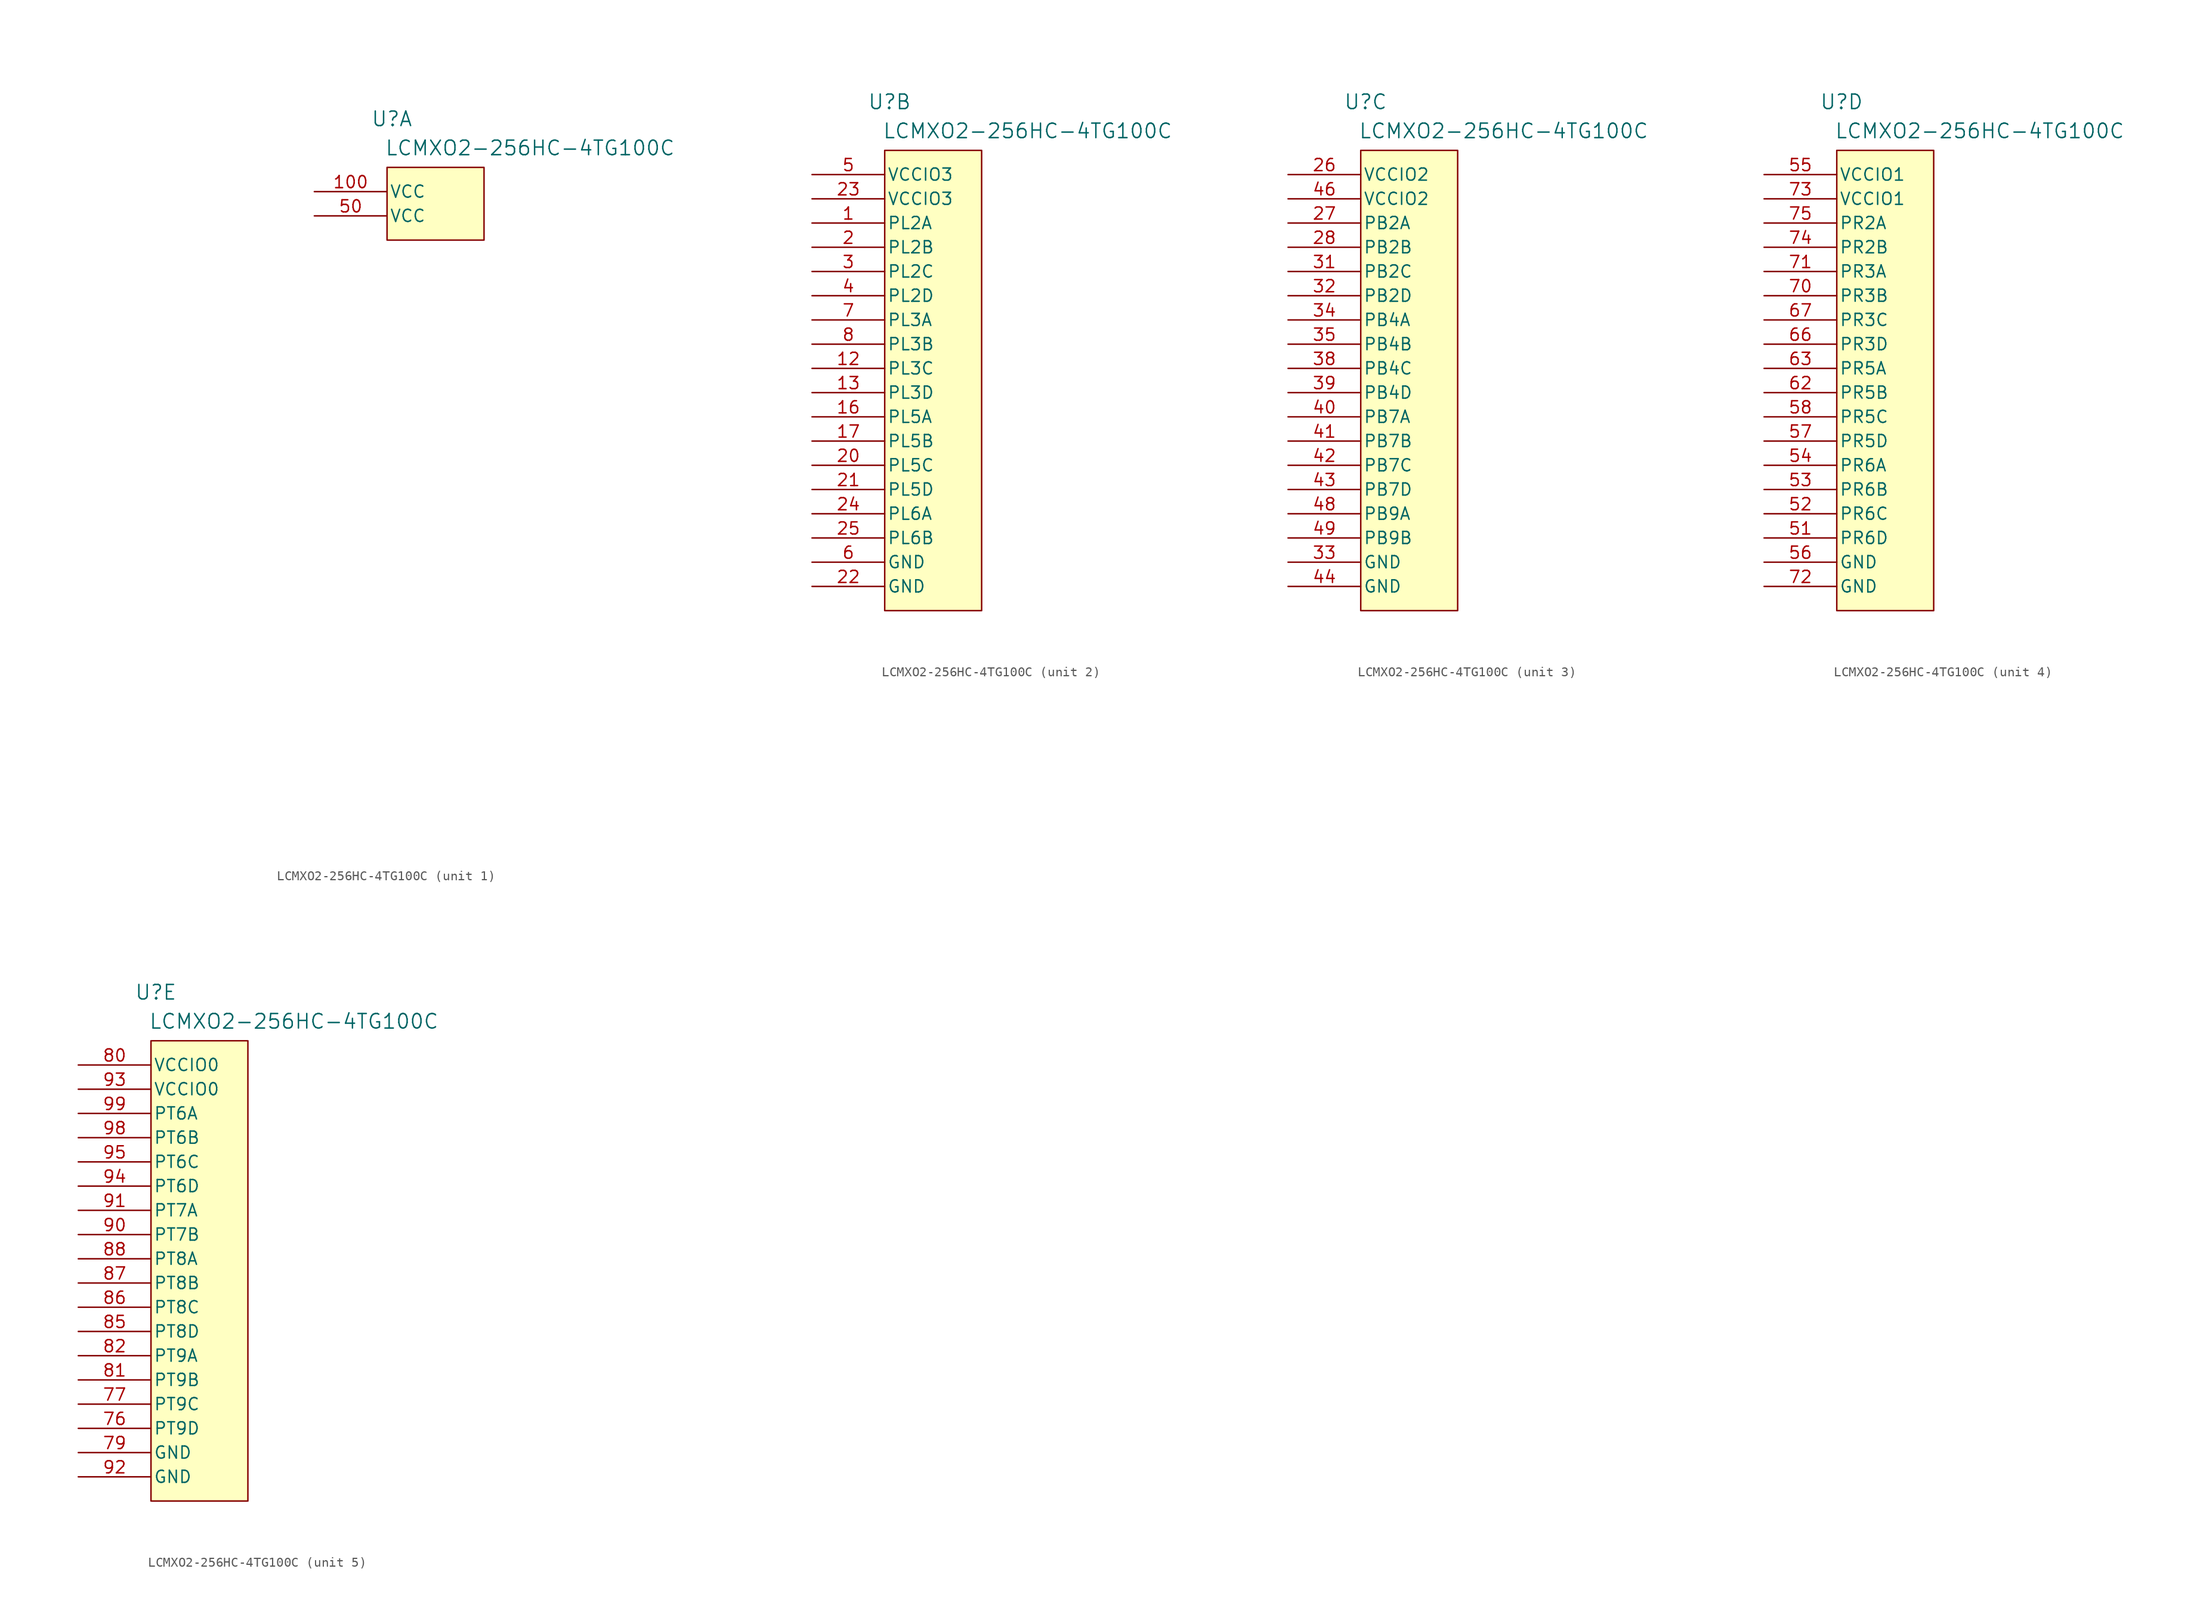
<source format=kicad_sym>
(kicad_symbol_lib
  (version 20231120)
  (generator "kicad_symbol_editor")
  (generator_version "8.0")
  (symbol "LCMXO2-256HC-4TG100C"
    (pin_names
      (offset 0.254))
    (property "Reference" "U"
      (at 8.128 7.62 0)
      (effects (font (size 1.524 1.524))))
    (property "Value" "LCMXO2-256HC-4TG100C"
      (at 22.606 4.572 0)
      (effects (font (size 1.524 1.524))))
    (symbol "LCMXO2-256HC-4TG100C_1_1"
      (rectangle (start 7.62 2.54) (end 17.78 -5.08) (stroke (width 0) (type default)) (fill (type background)))
      (pin no_connect line (at -22.86 -2.54 0) (length 7.62) hide (name "NC" (effects (font (size 1.27 1.27)))) (number "10" (effects (font (size 1.27 1.27)))))
      (pin power_in line (at 0 0 0) (length 7.62) (name "VCC" (effects (font (size 1.27 1.27)))) (number "100" (effects (font (size 1.27 1.27)))))
      (pin no_connect line (at -22.86 -5.08 0) (length 7.62) hide (name "NC" (effects (font (size 1.27 1.27)))) (number "11" (effects (font (size 1.27 1.27)))))
      (pin no_connect line (at -22.86 -7.62 0) (length 7.62) hide (name "NC" (effects (font (size 1.27 1.27)))) (number "14" (effects (font (size 1.27 1.27)))))
      (pin no_connect line (at -22.86 -10.16 0) (length 7.62) hide (name "NC" (effects (font (size 1.27 1.27)))) (number "15" (effects (font (size 1.27 1.27)))))
      (pin no_connect line (at -22.86 -12.7 0) (length 7.62) hide (name "NC" (effects (font (size 1.27 1.27)))) (number "18" (effects (font (size 1.27 1.27)))))
      (pin no_connect line (at -22.86 -15.24 0) (length 7.62) hide (name "NC" (effects (font (size 1.27 1.27)))) (number "19" (effects (font (size 1.27 1.27)))))
      (pin no_connect line (at -22.86 -17.78 0) (length 7.62) hide (name "NC" (effects (font (size 1.27 1.27)))) (number "29" (effects (font (size 1.27 1.27)))))
      (pin no_connect line (at -22.86 -20.32 0) (length 7.62) hide (name "NC" (effects (font (size 1.27 1.27)))) (number "30" (effects (font (size 1.27 1.27)))))
      (pin no_connect line (at -22.86 -22.86 0) (length 7.62) hide (name "NC" (effects (font (size 1.27 1.27)))) (number "36" (effects (font (size 1.27 1.27)))))
      (pin no_connect line (at -22.86 -25.4 0) (length 7.62) hide (name "NC" (effects (font (size 1.27 1.27)))) (number "37" (effects (font (size 1.27 1.27)))))
      (pin no_connect line (at -22.86 -27.94 0) (length 7.62) hide (name "NC" (effects (font (size 1.27 1.27)))) (number "45" (effects (font (size 1.27 1.27)))))
      (pin no_connect line (at -22.86 -30.48 0) (length 7.62) hide (name "NC" (effects (font (size 1.27 1.27)))) (number "47" (effects (font (size 1.27 1.27)))))
      (pin power_in line (at 0 -2.54 0) (length 7.62) (name "VCC" (effects (font (size 1.27 1.27)))) (number "50" (effects (font (size 1.27 1.27)))))
      (pin no_connect line (at -22.86 -33.02 0) (length 7.62) hide (name "NC" (effects (font (size 1.27 1.27)))) (number "59" (effects (font (size 1.27 1.27)))))
      (pin no_connect line (at -22.86 -35.56 0) (length 7.62) hide (name "NC" (effects (font (size 1.27 1.27)))) (number "60" (effects (font (size 1.27 1.27)))))
      (pin no_connect line (at -22.86 -38.1 0) (length 7.62) hide (name "NC" (effects (font (size 1.27 1.27)))) (number "61" (effects (font (size 1.27 1.27)))))
      (pin no_connect line (at -22.86 -40.64 0) (length 7.62) hide (name "NC" (effects (font (size 1.27 1.27)))) (number "64" (effects (font (size 1.27 1.27)))))
      (pin no_connect line (at -22.86 -43.18 0) (length 7.62) hide (name "NC" (effects (font (size 1.27 1.27)))) (number "65" (effects (font (size 1.27 1.27)))))
      (pin no_connect line (at -22.86 -45.72 0) (length 7.62) hide (name "NC" (effects (font (size 1.27 1.27)))) (number "68" (effects (font (size 1.27 1.27)))))
      (pin no_connect line (at -22.86 -48.26 0) (length 7.62) hide (name "NC" (effects (font (size 1.27 1.27)))) (number "69" (effects (font (size 1.27 1.27)))))
      (pin no_connect line (at -22.86 -50.8 0) (length 7.62) hide (name "NC" (effects (font (size 1.27 1.27)))) (number "78" (effects (font (size 1.27 1.27)))))
      (pin no_connect line (at -22.86 -53.34 0) (length 7.62) hide (name "NC" (effects (font (size 1.27 1.27)))) (number "83" (effects (font (size 1.27 1.27)))))
      (pin no_connect line (at -22.86 -55.88 0) (length 7.62) hide (name "NC" (effects (font (size 1.27 1.27)))) (number "84" (effects (font (size 1.27 1.27)))))
      (pin no_connect line (at -22.86 -58.42 0) (length 7.62) hide (name "NC" (effects (font (size 1.27 1.27)))) (number "89" (effects (font (size 1.27 1.27)))))
      (pin no_connect line (at -22.86 0 0) (length 7.62) hide (name "NC" (effects (font (size 1.27 1.27)))) (number "9" (effects (font (size 1.27 1.27)))))
      (pin no_connect line (at -22.86 -60.96 0) (length 7.62) hide (name "NC" (effects (font (size 1.27 1.27)))) (number "96" (effects (font (size 1.27 1.27)))))
      (pin no_connect line (at -22.86 -63.5 0) (length 7.62) hide (name "NC" (effects (font (size 1.27 1.27)))) (number "97" (effects (font (size 1.27 1.27))))))
    (symbol "LCMXO2-256HC-4TG100C_2_1"
      (rectangle (start 7.62 2.54) (end 17.78 -45.72) (stroke (width 0) (type default)) (fill (type background)))
      (pin bidirectional line (at 0 -5.08 0) (length 7.62) (name "PL2A" (effects (font (size 1.27 1.27)))) (number "1" (effects (font (size 1.27 1.27)))))
      (pin bidirectional line (at 0 -20.32 0) (length 7.62) (name "PL3C" (effects (font (size 1.27 1.27)))) (number "12" (effects (font (size 1.27 1.27)))))
      (pin bidirectional line (at 0 -22.86 0) (length 7.62) (name "PL3D" (effects (font (size 1.27 1.27)))) (number "13" (effects (font (size 1.27 1.27)))))
      (pin bidirectional line (at 0 -25.4 0) (length 7.62) (name "PL5A" (effects (font (size 1.27 1.27)))) (number "16" (effects (font (size 1.27 1.27)))))
      (pin bidirectional line (at 0 -27.94 0) (length 7.62) (name "PL5B" (effects (font (size 1.27 1.27)))) (number "17" (effects (font (size 1.27 1.27)))))
      (pin bidirectional line (at 0 -7.62 0) (length 7.62) (name "PL2B" (effects (font (size 1.27 1.27)))) (number "2" (effects (font (size 1.27 1.27)))))
      (pin bidirectional line (at 0 -30.48 0) (length 7.62) (name "PL5C" (effects (font (size 1.27 1.27)))) (number "20" (effects (font (size 1.27 1.27)))))
      (pin bidirectional line (at 0 -33.02 0) (length 7.62) (name "PL5D" (effects (font (size 1.27 1.27)))) (number "21" (effects (font (size 1.27 1.27)))))
      (pin power_in line (at 0 -43.18 0) (length 7.62) (name "GND" (effects (font (size 1.27 1.27)))) (number "22" (effects (font (size 1.27 1.27)))))
      (pin power_in line (at 0 -2.54 0) (length 7.62) (name "VCCIO3" (effects (font (size 1.27 1.27)))) (number "23" (effects (font (size 1.27 1.27)))))
      (pin bidirectional line (at 0 -35.56 0) (length 7.62) (name "PL6A" (effects (font (size 1.27 1.27)))) (number "24" (effects (font (size 1.27 1.27)))))
      (pin bidirectional line (at 0 -38.1 0) (length 7.62) (name "PL6B" (effects (font (size 1.27 1.27)))) (number "25" (effects (font (size 1.27 1.27)))))
      (pin bidirectional line (at 0 -10.16 0) (length 7.62) (name "PL2C" (effects (font (size 1.27 1.27)))) (number "3" (effects (font (size 1.27 1.27)))))
      (pin bidirectional line (at 0 -12.7 0) (length 7.62) (name "PL2D" (effects (font (size 1.27 1.27)))) (number "4" (effects (font (size 1.27 1.27)))))
      (pin power_in line (at 0 0 0) (length 7.62) (name "VCCIO3" (effects (font (size 1.27 1.27)))) (number "5" (effects (font (size 1.27 1.27)))))
      (pin power_in line (at 0 -40.64 0) (length 7.62) (name "GND" (effects (font (size 1.27 1.27)))) (number "6" (effects (font (size 1.27 1.27)))))
      (pin bidirectional line (at 0 -15.24 0) (length 7.62) (name "PL3A" (effects (font (size 1.27 1.27)))) (number "7" (effects (font (size 1.27 1.27)))))
      (pin bidirectional line (at 0 -17.78 0) (length 7.62) (name "PL3B" (effects (font (size 1.27 1.27)))) (number "8" (effects (font (size 1.27 1.27))))))
    (symbol "LCMXO2-256HC-4TG100C_3_1"
      (rectangle (start 7.62 2.54) (end 17.78 -45.72) (stroke (width 0) (type default)) (fill (type background)))
      (pin power_in line (at 0 0 0) (length 7.62) (name "VCCIO2" (effects (font (size 1.27 1.27)))) (number "26" (effects (font (size 1.27 1.27)))))
      (pin bidirectional line (at 0 -5.08 0) (length 7.62) (name "PB2A" (effects (font (size 1.27 1.27)))) (number "27" (effects (font (size 1.27 1.27)))))
      (pin bidirectional line (at 0 -7.62 0) (length 7.62) (name "PB2B" (effects (font (size 1.27 1.27)))) (number "28" (effects (font (size 1.27 1.27)))))
      (pin bidirectional line (at 0 -10.16 0) (length 7.62) (name "PB2C" (effects (font (size 1.27 1.27)))) (number "31" (effects (font (size 1.27 1.27)))))
      (pin bidirectional line (at 0 -12.7 0) (length 7.62) (name "PB2D" (effects (font (size 1.27 1.27)))) (number "32" (effects (font (size 1.27 1.27)))))
      (pin power_in line (at 0 -40.64 0) (length 7.62) (name "GND" (effects (font (size 1.27 1.27)))) (number "33" (effects (font (size 1.27 1.27)))))
      (pin bidirectional line (at 0 -15.24 0) (length 7.62) (name "PB4A" (effects (font (size 1.27 1.27)))) (number "34" (effects (font (size 1.27 1.27)))))
      (pin bidirectional line (at 0 -17.78 0) (length 7.62) (name "PB4B" (effects (font (size 1.27 1.27)))) (number "35" (effects (font (size 1.27 1.27)))))
      (pin bidirectional line (at 0 -20.32 0) (length 7.62) (name "PB4C" (effects (font (size 1.27 1.27)))) (number "38" (effects (font (size 1.27 1.27)))))
      (pin bidirectional line (at 0 -22.86 0) (length 7.62) (name "PB4D" (effects (font (size 1.27 1.27)))) (number "39" (effects (font (size 1.27 1.27)))))
      (pin bidirectional line (at 0 -25.4 0) (length 7.62) (name "PB7A" (effects (font (size 1.27 1.27)))) (number "40" (effects (font (size 1.27 1.27)))))
      (pin bidirectional line (at 0 -27.94 0) (length 7.62) (name "PB7B" (effects (font (size 1.27 1.27)))) (number "41" (effects (font (size 1.27 1.27)))))
      (pin bidirectional line (at 0 -30.48 0) (length 7.62) (name "PB7C" (effects (font (size 1.27 1.27)))) (number "42" (effects (font (size 1.27 1.27)))))
      (pin bidirectional line (at 0 -33.02 0) (length 7.62) (name "PB7D" (effects (font (size 1.27 1.27)))) (number "43" (effects (font (size 1.27 1.27)))))
      (pin power_in line (at 0 -43.18 0) (length 7.62) (name "GND" (effects (font (size 1.27 1.27)))) (number "44" (effects (font (size 1.27 1.27)))))
      (pin power_in line (at 0 -2.54 0) (length 7.62) (name "VCCIO2" (effects (font (size 1.27 1.27)))) (number "46" (effects (font (size 1.27 1.27)))))
      (pin bidirectional line (at 0 -35.56 0) (length 7.62) (name "PB9A" (effects (font (size 1.27 1.27)))) (number "48" (effects (font (size 1.27 1.27)))))
      (pin bidirectional line (at 0 -38.1 0) (length 7.62) (name "PB9B" (effects (font (size 1.27 1.27)))) (number "49" (effects (font (size 1.27 1.27))))))
    (symbol "LCMXO2-256HC-4TG100C_4_1"
      (rectangle (start 7.62 2.54) (end 17.78 -45.72) (stroke (width 0) (type default)) (fill (type background)))
      (pin bidirectional line (at 0 -38.1 0) (length 7.62) (name "PR6D" (effects (font (size 1.27 1.27)))) (number "51" (effects (font (size 1.27 1.27)))))
      (pin bidirectional line (at 0 -35.56 0) (length 7.62) (name "PR6C" (effects (font (size 1.27 1.27)))) (number "52" (effects (font (size 1.27 1.27)))))
      (pin bidirectional line (at 0 -33.02 0) (length 7.62) (name "PR6B" (effects (font (size 1.27 1.27)))) (number "53" (effects (font (size 1.27 1.27)))))
      (pin bidirectional line (at 0 -30.48 0) (length 7.62) (name "PR6A" (effects (font (size 1.27 1.27)))) (number "54" (effects (font (size 1.27 1.27)))))
      (pin power_in line (at 0 0 0) (length 7.62) (name "VCCIO1" (effects (font (size 1.27 1.27)))) (number "55" (effects (font (size 1.27 1.27)))))
      (pin power_in line (at 0 -40.64 0) (length 7.62) (name "GND" (effects (font (size 1.27 1.27)))) (number "56" (effects (font (size 1.27 1.27)))))
      (pin bidirectional line (at 0 -27.94 0) (length 7.62) (name "PR5D" (effects (font (size 1.27 1.27)))) (number "57" (effects (font (size 1.27 1.27)))))
      (pin bidirectional line (at 0 -25.4 0) (length 7.62) (name "PR5C" (effects (font (size 1.27 1.27)))) (number "58" (effects (font (size 1.27 1.27)))))
      (pin bidirectional line (at 0 -22.86 0) (length 7.62) (name "PR5B" (effects (font (size 1.27 1.27)))) (number "62" (effects (font (size 1.27 1.27)))))
      (pin bidirectional line (at 0 -20.32 0) (length 7.62) (name "PR5A" (effects (font (size 1.27 1.27)))) (number "63" (effects (font (size 1.27 1.27)))))
      (pin bidirectional line (at 0 -17.78 0) (length 7.62) (name "PR3D" (effects (font (size 1.27 1.27)))) (number "66" (effects (font (size 1.27 1.27)))))
      (pin bidirectional line (at 0 -15.24 0) (length 7.62) (name "PR3C" (effects (font (size 1.27 1.27)))) (number "67" (effects (font (size 1.27 1.27)))))
      (pin bidirectional line (at 0 -12.7 0) (length 7.62) (name "PR3B" (effects (font (size 1.27 1.27)))) (number "70" (effects (font (size 1.27 1.27)))))
      (pin bidirectional line (at 0 -10.16 0) (length 7.62) (name "PR3A" (effects (font (size 1.27 1.27)))) (number "71" (effects (font (size 1.27 1.27)))))
      (pin power_in line (at 0 -43.18 0) (length 7.62) (name "GND" (effects (font (size 1.27 1.27)))) (number "72" (effects (font (size 1.27 1.27)))))
      (pin power_in line (at 0 -2.54 0) (length 7.62) (name "VCCIO1" (effects (font (size 1.27 1.27)))) (number "73" (effects (font (size 1.27 1.27)))))
      (pin bidirectional line (at 0 -7.62 0) (length 7.62) (name "PR2B" (effects (font (size 1.27 1.27)))) (number "74" (effects (font (size 1.27 1.27)))))
      (pin bidirectional line (at 0 -5.08 0) (length 7.62) (name "PR2A" (effects (font (size 1.27 1.27)))) (number "75" (effects (font (size 1.27 1.27))))))
    (symbol "LCMXO2-256HC-4TG100C_5_1"
      (rectangle (start 7.62 2.54) (end 17.78 -45.72) (stroke (width 0) (type default)) (fill (type background)))
      (pin bidirectional line (at 0 -38.1 0) (length 7.62) (name "PT9D" (effects (font (size 1.27 1.27)))) (number "76" (effects (font (size 1.27 1.27)))))
      (pin bidirectional line (at 0 -35.56 0) (length 7.62) (name "PT9C" (effects (font (size 1.27 1.27)))) (number "77" (effects (font (size 1.27 1.27)))))
      (pin power_in line (at 0 -40.64 0) (length 7.62) (name "GND" (effects (font (size 1.27 1.27)))) (number "79" (effects (font (size 1.27 1.27)))))
      (pin power_in line (at 0 0 0) (length 7.62) (name "VCCIO0" (effects (font (size 1.27 1.27)))) (number "80" (effects (font (size 1.27 1.27)))))
      (pin bidirectional line (at 0 -33.02 0) (length 7.62) (name "PT9B" (effects (font (size 1.27 1.27)))) (number "81" (effects (font (size 1.27 1.27)))))
      (pin bidirectional line (at 0 -30.48 0) (length 7.62) (name "PT9A" (effects (font (size 1.27 1.27)))) (number "82" (effects (font (size 1.27 1.27)))))
      (pin bidirectional line (at 0 -27.94 0) (length 7.62) (name "PT8D" (effects (font (size 1.27 1.27)))) (number "85" (effects (font (size 1.27 1.27)))))
      (pin bidirectional line (at 0 -25.4 0) (length 7.62) (name "PT8C" (effects (font (size 1.27 1.27)))) (number "86" (effects (font (size 1.27 1.27)))))
      (pin bidirectional line (at 0 -22.86 0) (length 7.62) (name "PT8B" (effects (font (size 1.27 1.27)))) (number "87" (effects (font (size 1.27 1.27)))))
      (pin bidirectional line (at 0 -20.32 0) (length 7.62) (name "PT8A" (effects (font (size 1.27 1.27)))) (number "88" (effects (font (size 1.27 1.27)))))
      (pin bidirectional line (at 0 -17.78 0) (length 7.62) (name "PT7B" (effects (font (size 1.27 1.27)))) (number "90" (effects (font (size 1.27 1.27)))))
      (pin bidirectional line (at 0 -15.24 0) (length 7.62) (name "PT7A" (effects (font (size 1.27 1.27)))) (number "91" (effects (font (size 1.27 1.27)))))
      (pin power_in line (at 0 -43.18 0) (length 7.62) (name "GND" (effects (font (size 1.27 1.27)))) (number "92" (effects (font (size 1.27 1.27)))))
      (pin power_in line (at 0 -2.54 0) (length 7.62) (name "VCCIO0" (effects (font (size 1.27 1.27)))) (number "93" (effects (font (size 1.27 1.27)))))
      (pin bidirectional line (at 0 -12.7 0) (length 7.62) (name "PT6D" (effects (font (size 1.27 1.27)))) (number "94" (effects (font (size 1.27 1.27)))))
      (pin bidirectional line (at 0 -10.16 0) (length 7.62) (name "PT6C" (effects (font (size 1.27 1.27)))) (number "95" (effects (font (size 1.27 1.27)))))
      (pin bidirectional line (at 0 -7.62 0) (length 7.62) (name "PT6B" (effects (font (size 1.27 1.27)))) (number "98" (effects (font (size 1.27 1.27)))))
      (pin bidirectional line (at 0 -5.08 0) (length 7.62) (name "PT6A" (effects (font (size 1.27 1.27)))) (number "99" (effects (font (size 1.27 1.27))))))))
</source>
